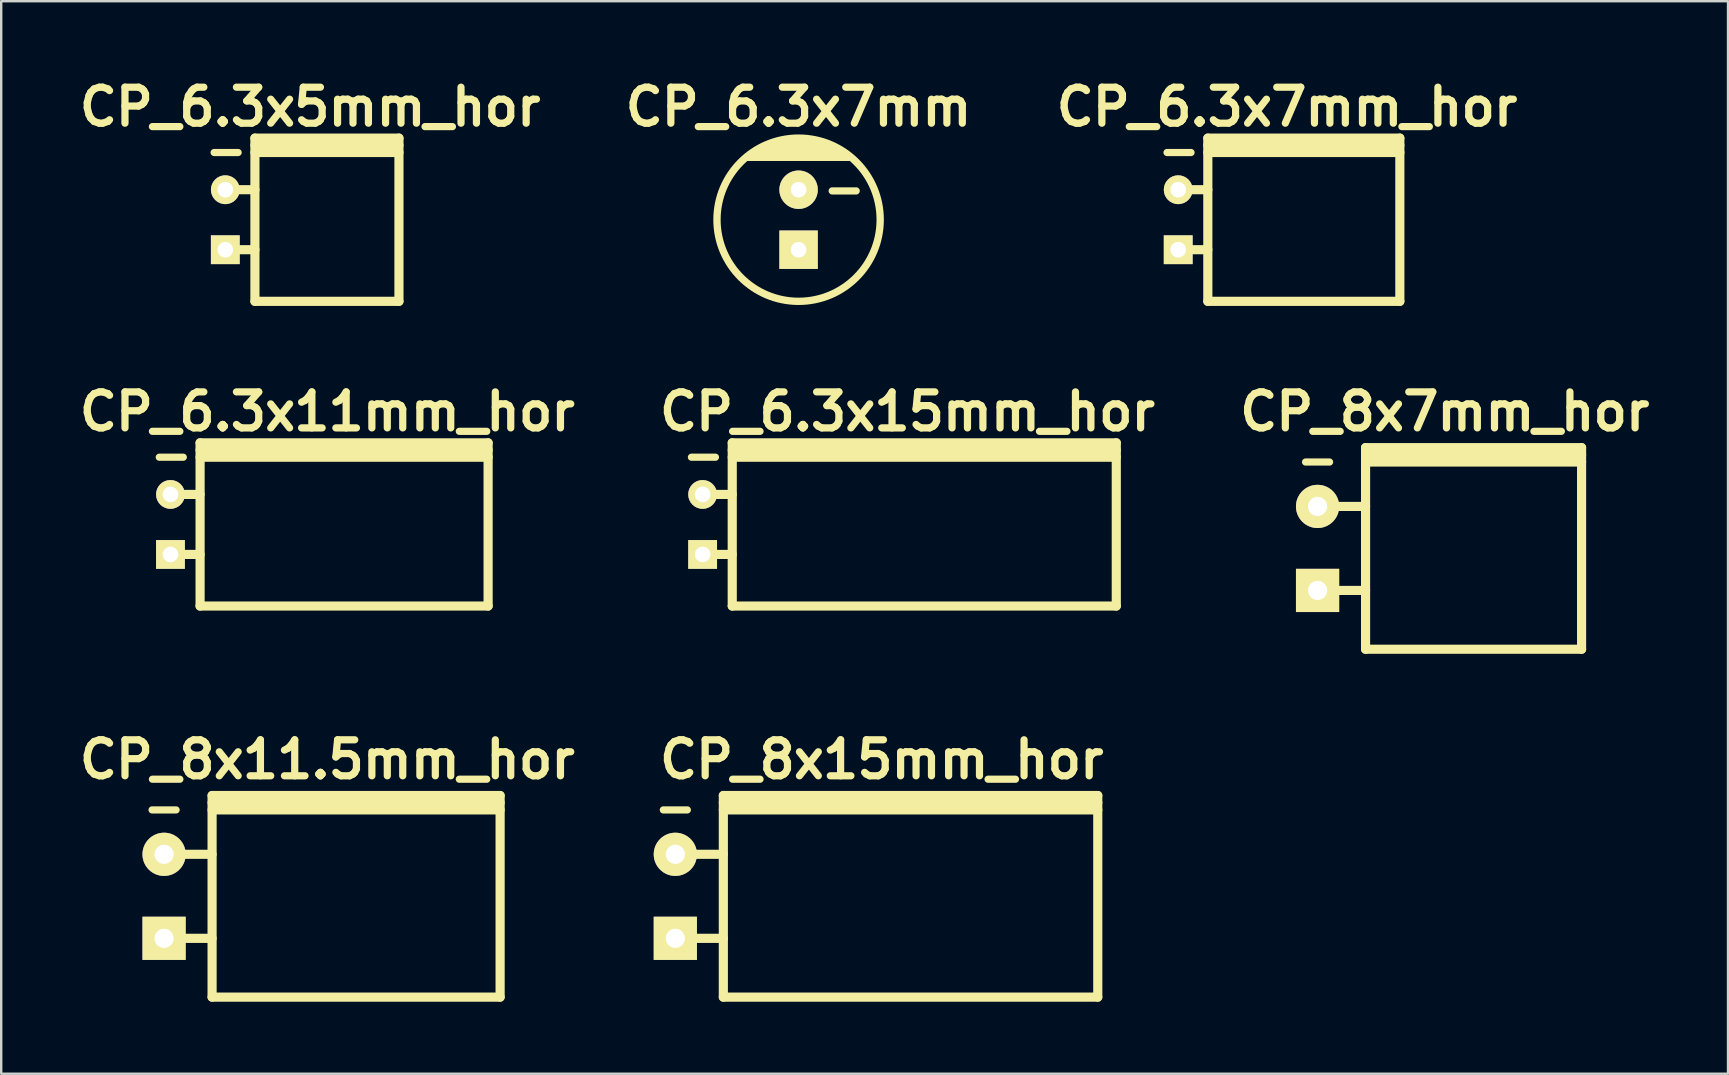
<source format=kicad_pcb>
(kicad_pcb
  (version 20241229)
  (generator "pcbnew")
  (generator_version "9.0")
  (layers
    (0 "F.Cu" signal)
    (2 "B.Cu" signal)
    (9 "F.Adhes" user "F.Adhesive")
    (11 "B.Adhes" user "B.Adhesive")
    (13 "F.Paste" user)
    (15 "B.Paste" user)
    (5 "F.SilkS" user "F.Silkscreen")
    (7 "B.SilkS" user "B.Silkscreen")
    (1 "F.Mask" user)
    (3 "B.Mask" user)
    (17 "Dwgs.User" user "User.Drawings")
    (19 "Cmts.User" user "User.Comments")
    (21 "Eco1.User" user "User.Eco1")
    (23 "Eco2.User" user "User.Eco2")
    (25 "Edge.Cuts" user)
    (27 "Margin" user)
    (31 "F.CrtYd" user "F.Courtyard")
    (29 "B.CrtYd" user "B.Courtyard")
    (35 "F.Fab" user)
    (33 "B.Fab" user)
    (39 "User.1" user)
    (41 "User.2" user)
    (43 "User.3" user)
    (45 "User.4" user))
  (footprint "CP_8x7mm_hor"
    (layer "F.Cu")
    (at 57.143 19.799)
    (property "Reference" "CP_8x7mm_hor" (at 0 -5.7 0) (layer "F.SilkS") (effects (font (size 1.5 1.5) (thickness 0.3))))
    (attr through_hole)
    (fp_line (start -5.8 -3.6) (end -4.8 -3.6) (stroke (width 0.3) (type solid)) (layer "F.SilkS"))
    (fp_line (start -5.3 -1.75) (end -3.3 -1.75) (stroke (width 0.381) (type solid)) (layer "F.SilkS"))
    (fp_line (start -5.3 1.75) (end -3.3 1.75) (stroke (width 0.381) (type solid)) (layer "F.SilkS"))
    (fp_line (start -3.3 -3.9) (end 5.7 -3.9) (stroke (width 0.381) (type solid)) (layer "F.SilkS"))
    (fp_line (start -3.3 -3.6) (end 5.7 -3.6) (stroke (width 0.381) (type solid)) (layer "F.SilkS"))
    (fp_line (start -3.3 4.2) (end -3.3 -4.2) (stroke (width 0.381) (type solid)) (layer "F.SilkS"))
    (fp_line (start 5.7 -4.2) (end -3.3 -4.2) (stroke (width 0.381) (type solid)) (layer "F.SilkS"))
    (fp_line (start 5.7 -4.2) (end 5.7 4.2) (stroke (width 0.381) (type solid)) (layer "F.SilkS"))
    (fp_line (start 5.7 4.2) (end -3.3 4.2) (stroke (width 0.381) (type solid)) (layer "F.SilkS"))
    (pad "1" thru_hole rect (at -5.3 1.75) (size 1.8 1.8) (drill 0.8) (layers "*.Cu" "*.Mask" "F.SilkS"))
    (pad "2" thru_hole circle (at -5.3 -1.75) (size 1.8 1.8) (drill 0.8) (layers "*.Cu" "*.Mask" "F.SilkS")))
  (footprint "CP_8x15mm_hor"
    (layer "F.Cu")
    (at 33.686 34.293)
    (property "Reference" "CP_8x15mm_hor" (at 0 -5.7 0) (layer "F.SilkS") (effects (font (size 1.5 1.5) (thickness 0.3))))
    (attr through_hole)
    (fp_line (start -9.1 -3.6) (end -8.1 -3.6) (stroke (width 0.3) (type solid)) (layer "F.SilkS"))
    (fp_line (start -8.6 -1.75) (end -6.6 -1.75) (stroke (width 0.381) (type solid)) (layer "F.SilkS"))
    (fp_line (start -8.6 1.75) (end -6.6 1.75) (stroke (width 0.381) (type solid)) (layer "F.SilkS"))
    (fp_line (start -6.6 -3.9) (end 9 -3.9) (stroke (width 0.381) (type solid)) (layer "F.SilkS"))
    (fp_line (start -6.6 -3.6) (end 9 -3.6) (stroke (width 0.381) (type solid)) (layer "F.SilkS"))
    (fp_line (start -6.6 4.2) (end -6.6 -4.2) (stroke (width 0.381) (type solid)) (layer "F.SilkS"))
    (fp_line (start 9 -4.2) (end -6.6 -4.2) (stroke (width 0.381) (type solid)) (layer "F.SilkS"))
    (fp_line (start 9 -4.2) (end 9 4.2) (stroke (width 0.381) (type solid)) (layer "F.SilkS"))
    (fp_line (start 9 4.2) (end -6.6 4.2) (stroke (width 0.381) (type solid)) (layer "F.SilkS"))
    (pad "1" thru_hole rect (at -8.6 1.75) (size 1.8 1.8) (drill 0.8) (layers "*.Cu" "*.Mask" "F.SilkS"))
    (pad "2" thru_hole circle (at -8.6 -1.75) (size 1.8 1.8) (drill 0.8) (layers "*.Cu" "*.Mask" "F.SilkS")))
  (footprint "CP_6.3x11mm_hor"
    (layer "F.Cu")
    (at 10.586 18.799)
    (property "Reference" "CP_6.3x11mm_hor" (at 0 -4.7 0) (layer "F.SilkS") (effects (font (size 1.5 1.5) (thickness 0.3))))
    (attr through_hole)
    (fp_line (start -7 -2.8) (end -6 -2.8) (stroke (width 0.3) (type solid)) (layer "F.SilkS"))
    (fp_line (start -6.5 -1.25) (end -5.3 -1.25) (stroke (width 0.381) (type solid)) (layer "F.SilkS"))
    (fp_line (start -6.5 1.25) (end -5.3 1.25) (stroke (width 0.381) (type solid)) (layer "F.SilkS"))
    (fp_line (start -5.3 -3.1) (end 6.7 -3.1) (stroke (width 0.381) (type solid)) (layer "F.SilkS"))
    (fp_line (start -5.3 -2.8) (end 6.7 -2.8) (stroke (width 0.381) (type solid)) (layer "F.SilkS"))
    (fp_line (start -5.3 3.4) (end -5.3 -3.4) (stroke (width 0.381) (type solid)) (layer "F.SilkS"))
    (fp_line (start 6.7 -3.4) (end -5.3 -3.4) (stroke (width 0.381) (type solid)) (layer "F.SilkS"))
    (fp_line (start 6.7 -3.4) (end 6.7 3.4) (stroke (width 0.381) (type solid)) (layer "F.SilkS"))
    (fp_line (start 6.7 3.4) (end -5.3 3.4) (stroke (width 0.381) (type solid)) (layer "F.SilkS"))
    (pad "1" thru_hole rect (at -6.534 1.25) (size 1.2 1.2) (drill 0.65) (layers "*.Cu" "*.Mask" "F.SilkS"))
    (pad "2" thru_hole circle (at -6.534 -1.25) (size 1.2 1.2) (drill 0.65) (layers "*.Cu" "*.Mask" "F.SilkS")))
  (footprint "CP_6.3x15mm_hor"
    (layer "F.Cu")
    (at 34.757 18.799)
    (property "Reference" "CP_6.3x15mm_hor" (at 0 -4.7 0) (layer "F.SilkS") (effects (font (size 1.5 1.5) (thickness 0.3))))
    (attr through_hole)
    (fp_line (start -9 -2.8) (end -8 -2.8) (stroke (width 0.3) (type solid)) (layer "F.SilkS"))
    (fp_line (start -8.5 -1.25) (end -7.3 -1.25) (stroke (width 0.381) (type solid)) (layer "F.SilkS"))
    (fp_line (start -8.5 1.25) (end -7.3 1.25) (stroke (width 0.381) (type solid)) (layer "F.SilkS"))
    (fp_line (start -7.3 -3.1) (end 8.7 -3.1) (stroke (width 0.381) (type solid)) (layer "F.SilkS"))
    (fp_line (start -7.3 -2.8) (end 8.7 -2.8) (stroke (width 0.381) (type solid)) (layer "F.SilkS"))
    (fp_line (start -7.3 3.4) (end -7.3 -3.4) (stroke (width 0.381) (type solid)) (layer "F.SilkS"))
    (fp_line (start 8.7 -3.4) (end -7.3 -3.4) (stroke (width 0.381) (type solid)) (layer "F.SilkS"))
    (fp_line (start 8.7 -3.4) (end 8.7 3.4) (stroke (width 0.381) (type solid)) (layer "F.SilkS"))
    (fp_line (start 8.7 3.4) (end -7.3 3.4) (stroke (width 0.381) (type solid)) (layer "F.SilkS"))
    (pad "1" thru_hole rect (at -8.534 1.25) (size 1.2 1.2) (drill 0.65) (layers "*.Cu" "*.Mask" "F.SilkS"))
    (pad "2" thru_hole circle (at -8.534 -1.25) (size 1.2 1.2) (drill 0.65) (layers "*.Cu" "*.Mask" "F.SilkS")))
  (footprint "CP_6.3x5mm_hor"
    (layer "F.Cu")
    (at 9.871 6.104)
    (property "Reference" "CP_6.3x5mm_hor" (at 0 -4.7 0) (layer "F.SilkS") (effects (font (size 1.5 1.5) (thickness 0.3))))
    (attr through_hole)
    (fp_line (start -4 -2.8) (end -3 -2.8) (stroke (width 0.3) (type solid)) (layer "F.SilkS"))
    (fp_line (start -3.5 -1.25) (end -2.3 -1.25) (stroke (width 0.381) (type solid)) (layer "F.SilkS"))
    (fp_line (start -3.5 1.25) (end -2.3 1.25) (stroke (width 0.381) (type solid)) (layer "F.SilkS"))
    (fp_line (start -2.3 -3.1) (end 3.7 -3.1) (stroke (width 0.381) (type solid)) (layer "F.SilkS"))
    (fp_line (start -2.3 -2.8) (end 3.7 -2.8) (stroke (width 0.381) (type solid)) (layer "F.SilkS"))
    (fp_line (start -2.3 3.4) (end -2.3 -3.4) (stroke (width 0.381) (type solid)) (layer "F.SilkS"))
    (fp_line (start 3.7 -3.4) (end -2.3 -3.4) (stroke (width 0.381) (type solid)) (layer "F.SilkS"))
    (fp_line (start 3.7 -3.4) (end 3.7 3.4) (stroke (width 0.381) (type solid)) (layer "F.SilkS"))
    (fp_line (start 3.7 3.4) (end -2.3 3.4) (stroke (width 0.381) (type solid)) (layer "F.SilkS"))
    (pad "1" thru_hole rect (at -3.534 1.25) (size 1.2 1.2) (drill 0.65) (layers "*.Cu" "*.Mask" "F.SilkS"))
    (pad "2" thru_hole circle (at -3.534 -1.25) (size 1.2 1.2) (drill 0.65) (layers "*.Cu" "*.Mask" "F.SilkS")))
  (footprint "CP_6.3x7mm_hor"
    (layer "F.Cu")
    (at 50.571 6.104)
    (property "Reference" "CP_6.3x7mm_hor" (at 0 -4.7 0) (layer "F.SilkS") (effects (font (size 1.5 1.5) (thickness 0.3))))
    (attr through_hole)
    (fp_line (start -5 -2.8) (end -4 -2.8) (stroke (width 0.3) (type solid)) (layer "F.SilkS"))
    (fp_line (start -4.5 -1.25) (end -3.3 -1.25) (stroke (width 0.381) (type solid)) (layer "F.SilkS"))
    (fp_line (start -4.5 1.25) (end -3.3 1.25) (stroke (width 0.381) (type solid)) (layer "F.SilkS"))
    (fp_line (start -3.3 -3.1) (end 4.7 -3.1) (stroke (width 0.381) (type solid)) (layer "F.SilkS"))
    (fp_line (start -3.3 -2.8) (end 4.7 -2.8) (stroke (width 0.381) (type solid)) (layer "F.SilkS"))
    (fp_line (start -3.3 3.4) (end -3.3 -3.4) (stroke (width 0.381) (type solid)) (layer "F.SilkS"))
    (fp_line (start 4.7 -3.4) (end -3.3 -3.4) (stroke (width 0.381) (type solid)) (layer "F.SilkS"))
    (fp_line (start 4.7 -3.4) (end 4.7 3.4) (stroke (width 0.381) (type solid)) (layer "F.SilkS"))
    (fp_line (start 4.7 3.4) (end -3.3 3.4) (stroke (width 0.381) (type solid)) (layer "F.SilkS"))
    (pad "1" thru_hole rect (at -4.534 1.25) (size 1.2 1.2) (drill 0.65) (layers "*.Cu" "*.Mask" "F.SilkS"))
    (pad "2" thru_hole circle (at -4.534 -1.25) (size 1.2 1.2) (drill 0.65) (layers "*.Cu" "*.Mask" "F.SilkS")))
  (footprint "CP_6.3x7mm"
    (layer "F.Cu")
    (at 30.221 6.104)
    (property "Reference" "CP_6.3x7mm" (at 0 -4.7 0) (layer "F.SilkS") (effects (font (size 1.5 1.5) (thickness 0.3))))
    (attr through_hole)
    (fp_line (start -2.1 -2.6) (end 2.1 -2.6) (stroke (width 0.305) (type solid)) (layer "F.SilkS"))
    (fp_line (start -1.8 -2.8) (end 1.8 -2.8) (stroke (width 0.305) (type solid)) (layer "F.SilkS"))
    (fp_line (start -1.4 -3) (end 1.4 -3) (stroke (width 0.305) (type solid)) (layer "F.SilkS"))
    (fp_line (start -0.8 -3.2) (end 0.9 -3.2) (stroke (width 0.305) (type solid)) (layer "F.SilkS"))
    (fp_line (start 1.4 -1.2) (end 2.4 -1.2) (stroke (width 0.3) (type solid)) (layer "F.SilkS"))
    (fp_circle (center 0 0) (end -3.4 0) (stroke (width 0.305) (type solid)) (fill no) (layer "F.SilkS"))
    (pad "1" thru_hole rect (at 0 1.25) (size 1.6 1.6) (drill 0.65) (layers "*.Cu" "*.Mask" "F.SilkS"))
    (pad "2" thru_hole circle (at 0 -1.25) (size 1.6 1.6) (drill 0.65) (layers "*.Cu" "*.Mask" "F.SilkS")))
  (footprint "CP_8x11.5mm_hor"
    (layer "F.Cu")
    (at 10.586 34.293)
    (property "Reference" "CP_8x11.5mm_hor" (at 0 -5.7 0) (layer "F.SilkS") (effects (font (size 1.5 1.5) (thickness 0.3))))
    (attr through_hole)
    (fp_line (start -7.3 -3.6) (end -6.3 -3.6) (stroke (width 0.3) (type solid)) (layer "F.SilkS"))
    (fp_line (start -6.8 -1.75) (end -4.8 -1.75) (stroke (width 0.381) (type solid)) (layer "F.SilkS"))
    (fp_line (start -6.8 1.75) (end -4.8 1.75) (stroke (width 0.381) (type solid)) (layer "F.SilkS"))
    (fp_line (start -4.8 -3.9) (end 7.2 -3.9) (stroke (width 0.381) (type solid)) (layer "F.SilkS"))
    (fp_line (start -4.8 -3.6) (end 7.2 -3.6) (stroke (width 0.381) (type solid)) (layer "F.SilkS"))
    (fp_line (start -4.8 4.2) (end -4.8 -4.2) (stroke (width 0.381) (type solid)) (layer "F.SilkS"))
    (fp_line (start 7.2 -4.2) (end -4.8 -4.2) (stroke (width 0.381) (type solid)) (layer "F.SilkS"))
    (fp_line (start 7.2 -4.2) (end 7.2 4.2) (stroke (width 0.381) (type solid)) (layer "F.SilkS"))
    (fp_line (start 7.2 4.2) (end -4.8 4.2) (stroke (width 0.381) (type solid)) (layer "F.SilkS"))
    (pad "1" thru_hole rect (at -6.8 1.75) (size 1.8 1.8) (drill 0.8) (layers "*.Cu" "*.Mask" "F.SilkS"))
    (pad "2" thru_hole circle (at -6.8 -1.75) (size 1.8 1.8) (drill 0.8) (layers "*.Cu" "*.Mask" "F.SilkS")))
  (gr_rect
    (start -3 -3)
    (end 68.943 41.684)
    (stroke (width 0.1) (type default))
    (fill no)
    (layer "Edge.Cuts")))
</source>
